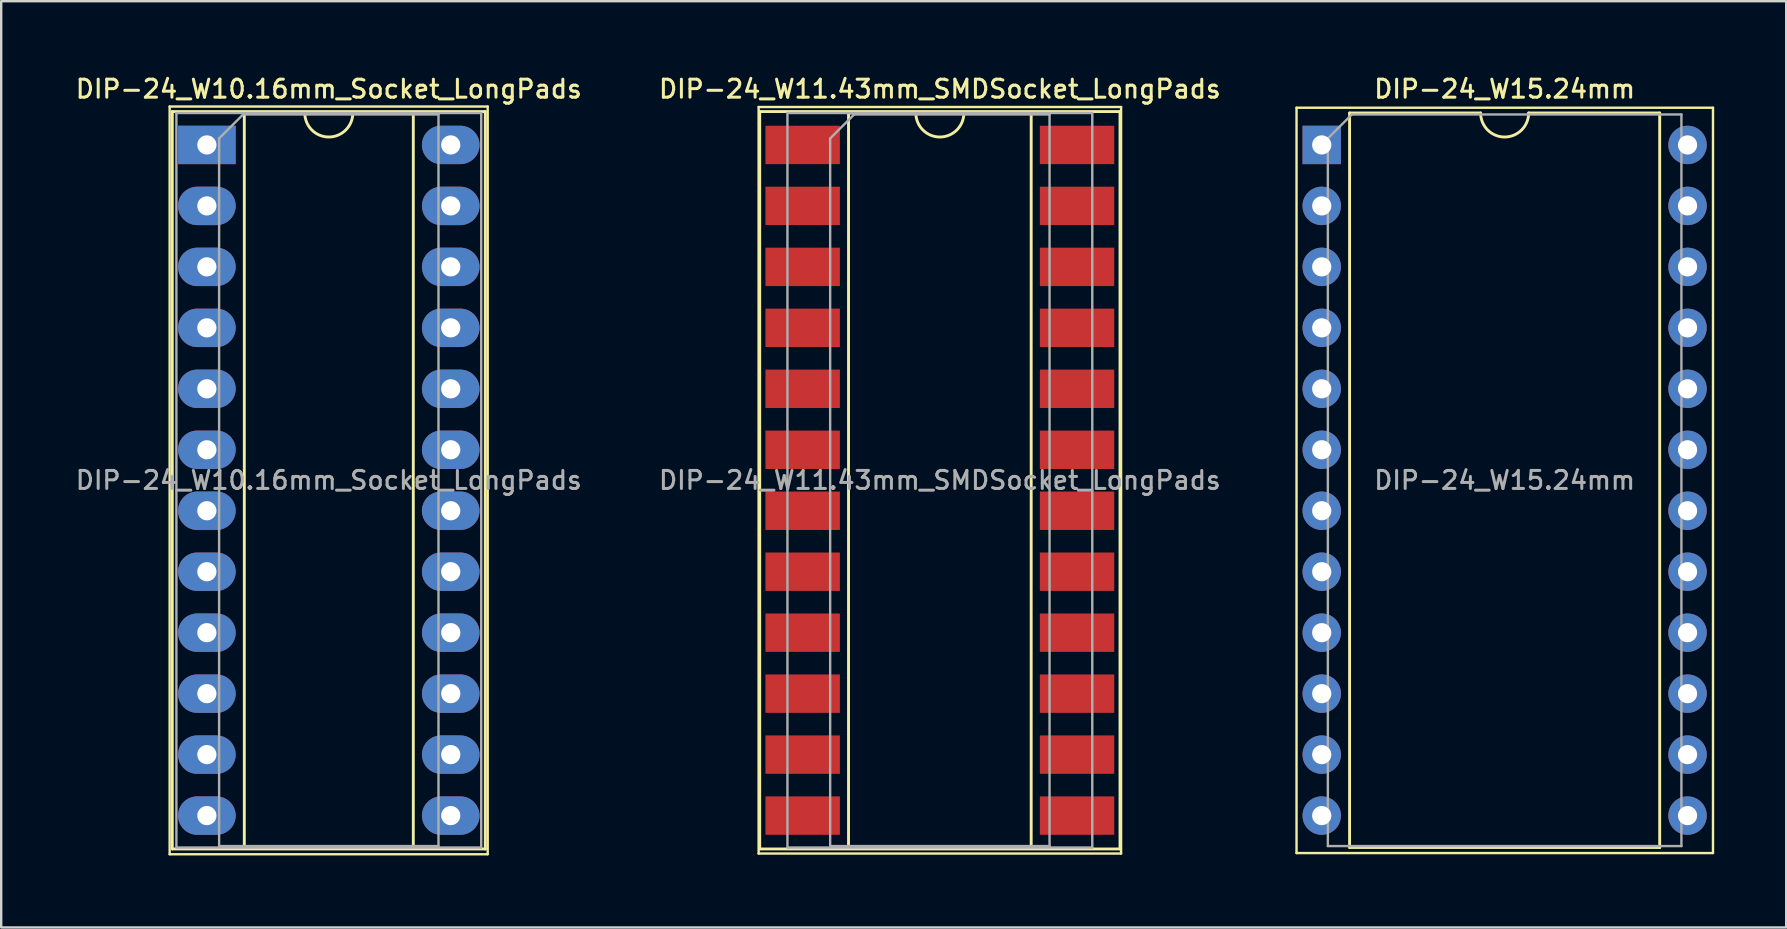
<source format=kicad_pcb>
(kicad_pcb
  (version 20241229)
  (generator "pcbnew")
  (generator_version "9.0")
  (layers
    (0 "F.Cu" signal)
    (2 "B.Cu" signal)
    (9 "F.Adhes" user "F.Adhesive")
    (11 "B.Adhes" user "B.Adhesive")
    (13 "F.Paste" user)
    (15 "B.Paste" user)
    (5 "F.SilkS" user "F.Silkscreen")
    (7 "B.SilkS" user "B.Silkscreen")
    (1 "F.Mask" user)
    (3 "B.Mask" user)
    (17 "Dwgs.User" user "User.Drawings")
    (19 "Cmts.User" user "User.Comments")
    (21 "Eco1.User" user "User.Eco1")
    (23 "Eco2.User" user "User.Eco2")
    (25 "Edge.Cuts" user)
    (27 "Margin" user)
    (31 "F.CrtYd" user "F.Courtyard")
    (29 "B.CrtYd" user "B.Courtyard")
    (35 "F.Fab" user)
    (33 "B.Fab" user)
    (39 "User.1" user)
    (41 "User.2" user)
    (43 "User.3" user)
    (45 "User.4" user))
  (footprint "DIP-24_W10.16mm_Socket_LongPads"
    (layer "F.Cu")
    (at 5.568 2.988)
    (property "Reference" "DIP-24_W10.16mm_Socket_LongPads" (at 5.08 -2.33 0) (layer "F.SilkS") (effects (font (size 0.75 0.75) (thickness 0.125))))
    (attr through_hole)
    (fp_line (start -1.55 -1.6) (end -1.55 29.55) (stroke (width 0.1) (type solid)) (layer "F.SilkS"))
    (fp_line (start -1.55 29.55) (end 11.7 29.55) (stroke (width 0.1) (type solid)) (layer "F.SilkS"))
    (fp_line (start -1.44 -1.39) (end -1.44 29.33) (stroke (width 0.12) (type solid)) (layer "F.SilkS"))
    (fp_line (start -1.44 29.33) (end 11.6 29.33) (stroke (width 0.12) (type solid)) (layer "F.SilkS"))
    (fp_line (start 1.56 -1.33) (end 1.56 29.27) (stroke (width 0.12) (type solid)) (layer "F.SilkS"))
    (fp_line (start 1.56 29.27) (end 8.6 29.27) (stroke (width 0.12) (type solid)) (layer "F.SilkS"))
    (fp_line (start 4.08 -1.33) (end 1.56 -1.33) (stroke (width 0.12) (type solid)) (layer "F.SilkS"))
    (fp_line (start 8.6 -1.33) (end 6.08 -1.33) (stroke (width 0.12) (type solid)) (layer "F.SilkS"))
    (fp_line (start 8.6 29.27) (end 8.6 -1.33) (stroke (width 0.12) (type solid)) (layer "F.SilkS"))
    (fp_line (start 11.6 -1.39) (end -1.44 -1.39) (stroke (width 0.12) (type solid)) (layer "F.SilkS"))
    (fp_line (start 11.6 29.33) (end 11.6 -1.39) (stroke (width 0.12) (type solid)) (layer "F.SilkS"))
    (fp_line (start 11.7 -1.6) (end -1.55 -1.6) (stroke (width 0.1) (type solid)) (layer "F.SilkS"))
    (fp_line (start 11.7 29.55) (end 11.7 -1.6) (stroke (width 0.1) (type solid)) (layer "F.SilkS"))
    (fp_arc (start 6.08 -1.33) (mid 5.08 -0.33) (end 4.08 -1.33) (stroke (width 0.12) (type solid)) (layer "F.SilkS"))
    (fp_line (start -1.27 -1.33) (end -1.27 29.27) (stroke (width 0.1) (type solid)) (layer "F.Fab"))
    (fp_line (start -1.27 29.27) (end 11.43 29.27) (stroke (width 0.1) (type solid)) (layer "F.Fab"))
    (fp_line (start 0.51 -0.27) (end 1.51 -1.27) (stroke (width 0.1) (type solid)) (layer "F.Fab"))
    (fp_line (start 0.51 29.21) (end 0.51 -0.27) (stroke (width 0.1) (type solid)) (layer "F.Fab"))
    (fp_line (start 1.51 -1.27) (end 9.65 -1.27) (stroke (width 0.1) (type solid)) (layer "F.Fab"))
    (fp_line (start 9.65 -1.27) (end 9.65 29.21) (stroke (width 0.1) (type solid)) (layer "F.Fab"))
    (fp_line (start 9.65 29.21) (end 0.51 29.21) (stroke (width 0.1) (type solid)) (layer "F.Fab"))
    (fp_line (start 11.43 -1.33) (end -1.27 -1.33) (stroke (width 0.1) (type solid)) (layer "F.Fab"))
    (fp_line (start 11.43 29.27) (end 11.43 -1.33) (stroke (width 0.1) (type solid)) (layer "F.Fab"))
    (fp_text user "${REFERENCE}" (at 5.08 13.97 0) (layer "F.Fab") (effects (font (size 0.75 0.75) (thickness 0.125))))
    (pad "1" thru_hole rect (at 0 0) (size 2.4 1.6) (drill 0.8) (layers "*.Cu" "*.Mask"))
    (pad "2" thru_hole oval (at 0 2.54) (size 2.4 1.6) (drill 0.8) (layers "*.Cu" "*.Mask"))
    (pad "3" thru_hole oval (at 0 5.08) (size 2.4 1.6) (drill 0.8) (layers "*.Cu" "*.Mask"))
    (pad "4" thru_hole oval (at 0 7.62) (size 2.4 1.6) (drill 0.8) (layers "*.Cu" "*.Mask"))
    (pad "5" thru_hole oval (at 0 10.16) (size 2.4 1.6) (drill 0.8) (layers "*.Cu" "*.Mask"))
    (pad "6" thru_hole oval (at 0 12.7) (size 2.4 1.6) (drill 0.8) (layers "*.Cu" "*.Mask"))
    (pad "7" thru_hole oval (at 0 15.24) (size 2.4 1.6) (drill 0.8) (layers "*.Cu" "*.Mask"))
    (pad "8" thru_hole oval (at 0 17.78) (size 2.4 1.6) (drill 0.8) (layers "*.Cu" "*.Mask"))
    (pad "9" thru_hole oval (at 0 20.32) (size 2.4 1.6) (drill 0.8) (layers "*.Cu" "*.Mask"))
    (pad "10" thru_hole oval (at 0 22.86) (size 2.4 1.6) (drill 0.8) (layers "*.Cu" "*.Mask"))
    (pad "11" thru_hole oval (at 0 25.4) (size 2.4 1.6) (drill 0.8) (layers "*.Cu" "*.Mask"))
    (pad "12" thru_hole oval (at 0 27.94) (size 2.4 1.6) (drill 0.8) (layers "*.Cu" "*.Mask"))
    (pad "13" thru_hole oval (at 10.16 27.94) (size 2.4 1.6) (drill 0.8) (layers "*.Cu" "*.Mask"))
    (pad "14" thru_hole oval (at 10.16 25.4) (size 2.4 1.6) (drill 0.8) (layers "*.Cu" "*.Mask"))
    (pad "15" thru_hole oval (at 10.16 22.86) (size 2.4 1.6) (drill 0.8) (layers "*.Cu" "*.Mask"))
    (pad "16" thru_hole oval (at 10.16 20.32) (size 2.4 1.6) (drill 0.8) (layers "*.Cu" "*.Mask"))
    (pad "17" thru_hole oval (at 10.16 17.78) (size 2.4 1.6) (drill 0.8) (layers "*.Cu" "*.Mask"))
    (pad "18" thru_hole oval (at 10.16 15.24) (size 2.4 1.6) (drill 0.8) (layers "*.Cu" "*.Mask"))
    (pad "19" thru_hole oval (at 10.16 12.7) (size 2.4 1.6) (drill 0.8) (layers "*.Cu" "*.Mask"))
    (pad "20" thru_hole oval (at 10.16 10.16) (size 2.4 1.6) (drill 0.8) (layers "*.Cu" "*.Mask"))
    (pad "21" thru_hole oval (at 10.16 7.62) (size 2.4 1.6) (drill 0.8) (layers "*.Cu" "*.Mask"))
    (pad "22" thru_hole oval (at 10.16 5.08) (size 2.4 1.6) (drill 0.8) (layers "*.Cu" "*.Mask"))
    (pad "23" thru_hole oval (at 10.16 2.54) (size 2.4 1.6) (drill 0.8) (layers "*.Cu" "*.Mask"))
    (pad "24" thru_hole oval (at 10.16 0) (size 2.4 1.6) (drill 0.8) (layers "*.Cu" "*.Mask")))
  (footprint "DIP-24_W15.24mm"
    (layer "F.Cu")
    (at 52.014 2.988)
    (property "Reference" "DIP-24_W15.24mm" (at 7.62 -2.33 0) (layer "F.SilkS") (effects (font (size 0.75 0.75) (thickness 0.125))))
    (attr through_hole)
    (fp_line (start -1.05 -1.55) (end -1.05 29.5) (stroke (width 0.1) (type solid)) (layer "F.SilkS"))
    (fp_line (start -1.05 29.5) (end 16.3 29.5) (stroke (width 0.1) (type solid)) (layer "F.SilkS"))
    (fp_line (start 1.16 -1.33) (end 1.16 29.27) (stroke (width 0.12) (type solid)) (layer "F.SilkS"))
    (fp_line (start 1.16 29.27) (end 14.08 29.27) (stroke (width 0.12) (type solid)) (layer "F.SilkS"))
    (fp_line (start 6.62 -1.33) (end 1.16 -1.33) (stroke (width 0.12) (type solid)) (layer "F.SilkS"))
    (fp_line (start 14.08 -1.33) (end 8.62 -1.33) (stroke (width 0.12) (type solid)) (layer "F.SilkS"))
    (fp_line (start 14.08 29.27) (end 14.08 -1.33) (stroke (width 0.12) (type solid)) (layer "F.SilkS"))
    (fp_line (start 16.3 -1.55) (end -1.05 -1.55) (stroke (width 0.1) (type solid)) (layer "F.SilkS"))
    (fp_line (start 16.3 29.5) (end 16.3 -1.55) (stroke (width 0.1) (type solid)) (layer "F.SilkS"))
    (fp_arc (start 8.62 -1.33) (mid 7.62 -0.33) (end 6.62 -1.33) (stroke (width 0.12) (type solid)) (layer "F.SilkS"))
    (fp_line (start 0.255 -0.27) (end 1.255 -1.27) (stroke (width 0.1) (type solid)) (layer "F.Fab"))
    (fp_line (start 0.255 29.21) (end 0.255 -0.27) (stroke (width 0.1) (type solid)) (layer "F.Fab"))
    (fp_line (start 1.255 -1.27) (end 14.985 -1.27) (stroke (width 0.1) (type solid)) (layer "F.Fab"))
    (fp_line (start 14.985 -1.27) (end 14.985 29.21) (stroke (width 0.1) (type solid)) (layer "F.Fab"))
    (fp_line (start 14.985 29.21) (end 0.255 29.21) (stroke (width 0.1) (type solid)) (layer "F.Fab"))
    (fp_text user "${REFERENCE}" (at 7.62 13.97 0) (layer "F.Fab") (effects (font (size 0.75 0.75) (thickness 0.125))))
    (pad "1" thru_hole rect (at 0 0) (size 1.6 1.6) (drill 0.8) (layers "*.Cu" "*.Mask"))
    (pad "2" thru_hole oval (at 0 2.54) (size 1.6 1.6) (drill 0.8) (layers "*.Cu" "*.Mask"))
    (pad "3" thru_hole oval (at 0 5.08) (size 1.6 1.6) (drill 0.8) (layers "*.Cu" "*.Mask"))
    (pad "4" thru_hole oval (at 0 7.62) (size 1.6 1.6) (drill 0.8) (layers "*.Cu" "*.Mask"))
    (pad "5" thru_hole oval (at 0 10.16) (size 1.6 1.6) (drill 0.8) (layers "*.Cu" "*.Mask"))
    (pad "6" thru_hole oval (at 0 12.7) (size 1.6 1.6) (drill 0.8) (layers "*.Cu" "*.Mask"))
    (pad "7" thru_hole oval (at 0 15.24) (size 1.6 1.6) (drill 0.8) (layers "*.Cu" "*.Mask"))
    (pad "8" thru_hole oval (at 0 17.78) (size 1.6 1.6) (drill 0.8) (layers "*.Cu" "*.Mask"))
    (pad "9" thru_hole oval (at 0 20.32) (size 1.6 1.6) (drill 0.8) (layers "*.Cu" "*.Mask"))
    (pad "10" thru_hole oval (at 0 22.86) (size 1.6 1.6) (drill 0.8) (layers "*.Cu" "*.Mask"))
    (pad "11" thru_hole oval (at 0 25.4) (size 1.6 1.6) (drill 0.8) (layers "*.Cu" "*.Mask"))
    (pad "12" thru_hole oval (at 0 27.94) (size 1.6 1.6) (drill 0.8) (layers "*.Cu" "*.Mask"))
    (pad "13" thru_hole oval (at 15.24 27.94) (size 1.6 1.6) (drill 0.8) (layers "*.Cu" "*.Mask"))
    (pad "14" thru_hole oval (at 15.24 25.4) (size 1.6 1.6) (drill 0.8) (layers "*.Cu" "*.Mask"))
    (pad "15" thru_hole oval (at 15.24 22.86) (size 1.6 1.6) (drill 0.8) (layers "*.Cu" "*.Mask"))
    (pad "16" thru_hole oval (at 15.24 20.32) (size 1.6 1.6) (drill 0.8) (layers "*.Cu" "*.Mask"))
    (pad "17" thru_hole oval (at 15.24 17.78) (size 1.6 1.6) (drill 0.8) (layers "*.Cu" "*.Mask"))
    (pad "18" thru_hole oval (at 15.24 15.24) (size 1.6 1.6) (drill 0.8) (layers "*.Cu" "*.Mask"))
    (pad "19" thru_hole oval (at 15.24 12.7) (size 1.6 1.6) (drill 0.8) (layers "*.Cu" "*.Mask"))
    (pad "20" thru_hole oval (at 15.24 10.16) (size 1.6 1.6) (drill 0.8) (layers "*.Cu" "*.Mask"))
    (pad "21" thru_hole oval (at 15.24 7.62) (size 1.6 1.6) (drill 0.8) (layers "*.Cu" "*.Mask"))
    (pad "22" thru_hole oval (at 15.24 5.08) (size 1.6 1.6) (drill 0.8) (layers "*.Cu" "*.Mask"))
    (pad "23" thru_hole oval (at 15.24 2.54) (size 1.6 1.6) (drill 0.8) (layers "*.Cu" "*.Mask"))
    (pad "24" thru_hole oval (at 15.24 0) (size 1.6 1.6) (drill 0.8) (layers "*.Cu" "*.Mask")))
  (footprint "DIP-24_W11.43mm_SMDSocket_LongPads"
    (layer "F.Cu")
    (at 36.105 16.958)
    (property "Reference" "DIP-24_W11.43mm_SMDSocket_LongPads" (at 0 -16.3 0) (layer "F.SilkS") (effects (font (size 0.75 0.75) (thickness 0.125))))
    (attr smd)
    (fp_line (start -7.55 -15.55) (end -7.55 15.55) (stroke (width 0.1) (type solid)) (layer "F.SilkS"))
    (fp_line (start -7.55 15.55) (end 7.55 15.55) (stroke (width 0.1) (type solid)) (layer "F.SilkS"))
    (fp_line (start -7.505 -15.36) (end -7.505 15.36) (stroke (width 0.12) (type solid)) (layer "F.SilkS"))
    (fp_line (start -7.505 15.36) (end 7.505 15.36) (stroke (width 0.12) (type solid)) (layer "F.SilkS"))
    (fp_line (start -3.805 -15.3) (end -3.805 15.3) (stroke (width 0.12) (type solid)) (layer "F.SilkS"))
    (fp_line (start -3.805 15.3) (end 3.805 15.3) (stroke (width 0.12) (type solid)) (layer "F.SilkS"))
    (fp_line (start -1 -15.3) (end -3.805 -15.3) (stroke (width 0.12) (type solid)) (layer "F.SilkS"))
    (fp_line (start 3.805 -15.3) (end 1 -15.3) (stroke (width 0.12) (type solid)) (layer "F.SilkS"))
    (fp_line (start 3.805 15.3) (end 3.805 -15.3) (stroke (width 0.12) (type solid)) (layer "F.SilkS"))
    (fp_line (start 7.505 -15.36) (end -7.505 -15.36) (stroke (width 0.12) (type solid)) (layer "F.SilkS"))
    (fp_line (start 7.505 15.36) (end 7.505 -15.36) (stroke (width 0.12) (type solid)) (layer "F.SilkS"))
    (fp_line (start 7.55 -15.55) (end -7.55 -15.55) (stroke (width 0.1) (type solid)) (layer "F.SilkS"))
    (fp_line (start 7.55 15.55) (end 7.55 -15.55) (stroke (width 0.1) (type solid)) (layer "F.SilkS"))
    (fp_arc (start 1 -15.3) (mid 0 -14.3) (end -1 -15.3) (stroke (width 0.12) (type solid)) (layer "F.SilkS"))
    (fp_line (start -6.35 -15.3) (end -6.35 15.3) (stroke (width 0.1) (type solid)) (layer "F.Fab"))
    (fp_line (start -6.35 15.3) (end 6.35 15.3) (stroke (width 0.1) (type solid)) (layer "F.Fab"))
    (fp_line (start -4.57 -14.24) (end -3.57 -15.24) (stroke (width 0.1) (type solid)) (layer "F.Fab"))
    (fp_line (start -4.57 15.24) (end -4.57 -14.24) (stroke (width 0.1) (type solid)) (layer "F.Fab"))
    (fp_line (start -3.57 -15.24) (end 4.57 -15.24) (stroke (width 0.1) (type solid)) (layer "F.Fab"))
    (fp_line (start 4.57 -15.24) (end 4.57 15.24) (stroke (width 0.1) (type solid)) (layer "F.Fab"))
    (fp_line (start 4.57 15.24) (end -4.57 15.24) (stroke (width 0.1) (type solid)) (layer "F.Fab"))
    (fp_line (start 6.35 -15.3) (end -6.35 -15.3) (stroke (width 0.1) (type solid)) (layer "F.Fab"))
    (fp_line (start 6.35 15.3) (end 6.35 -15.3) (stroke (width 0.1) (type solid)) (layer "F.Fab"))
    (fp_text user "${REFERENCE}" (at 0 0 0) (layer "F.Fab") (effects (font (size 0.75 0.75) (thickness 0.125))))
    (pad "1" smd rect (at -5.715 -13.97) (size 3.1 1.6) (layers "F.Cu" "F.Mask" "F.Paste"))
    (pad "2" smd rect (at -5.715 -11.43) (size 3.1 1.6) (layers "F.Cu" "F.Mask" "F.Paste"))
    (pad "3" smd rect (at -5.715 -8.89) (size 3.1 1.6) (layers "F.Cu" "F.Mask" "F.Paste"))
    (pad "4" smd rect (at -5.715 -6.35) (size 3.1 1.6) (layers "F.Cu" "F.Mask" "F.Paste"))
    (pad "5" smd rect (at -5.715 -3.81) (size 3.1 1.6) (layers "F.Cu" "F.Mask" "F.Paste"))
    (pad "6" smd rect (at -5.715 -1.27) (size 3.1 1.6) (layers "F.Cu" "F.Mask" "F.Paste"))
    (pad "7" smd rect (at -5.715 1.27) (size 3.1 1.6) (layers "F.Cu" "F.Mask" "F.Paste"))
    (pad "8" smd rect (at -5.715 3.81) (size 3.1 1.6) (layers "F.Cu" "F.Mask" "F.Paste"))
    (pad "9" smd rect (at -5.715 6.35) (size 3.1 1.6) (layers "F.Cu" "F.Mask" "F.Paste"))
    (pad "10" smd rect (at -5.715 8.89) (size 3.1 1.6) (layers "F.Cu" "F.Mask" "F.Paste"))
    (pad "11" smd rect (at -5.715 11.43) (size 3.1 1.6) (layers "F.Cu" "F.Mask" "F.Paste"))
    (pad "12" smd rect (at -5.715 13.97) (size 3.1 1.6) (layers "F.Cu" "F.Mask" "F.Paste"))
    (pad "13" smd rect (at 5.715 13.97) (size 3.1 1.6) (layers "F.Cu" "F.Mask" "F.Paste"))
    (pad "14" smd rect (at 5.715 11.43) (size 3.1 1.6) (layers "F.Cu" "F.Mask" "F.Paste"))
    (pad "15" smd rect (at 5.715 8.89) (size 3.1 1.6) (layers "F.Cu" "F.Mask" "F.Paste"))
    (pad "16" smd rect (at 5.715 6.35) (size 3.1 1.6) (layers "F.Cu" "F.Mask" "F.Paste"))
    (pad "17" smd rect (at 5.715 3.81) (size 3.1 1.6) (layers "F.Cu" "F.Mask" "F.Paste"))
    (pad "18" smd rect (at 5.715 1.27) (size 3.1 1.6) (layers "F.Cu" "F.Mask" "F.Paste"))
    (pad "19" smd rect (at 5.715 -1.27) (size 3.1 1.6) (layers "F.Cu" "F.Mask" "F.Paste"))
    (pad "20" smd rect (at 5.715 -3.81) (size 3.1 1.6) (layers "F.Cu" "F.Mask" "F.Paste"))
    (pad "21" smd rect (at 5.715 -6.35) (size 3.1 1.6) (layers "F.Cu" "F.Mask" "F.Paste"))
    (pad "22" smd rect (at 5.715 -8.89) (size 3.1 1.6) (layers "F.Cu" "F.Mask" "F.Paste"))
    (pad "23" smd rect (at 5.715 -11.43) (size 3.1 1.6) (layers "F.Cu" "F.Mask" "F.Paste"))
    (pad "24" smd rect (at 5.715 -13.97) (size 3.1 1.6) (layers "F.Cu" "F.Mask" "F.Paste")))
  (gr_rect
    (start -3 -3)
    (end 71.364 35.588)
    (stroke (width 0.1) (type default))
    (fill no)
    (layer "Edge.Cuts")))
</source>
